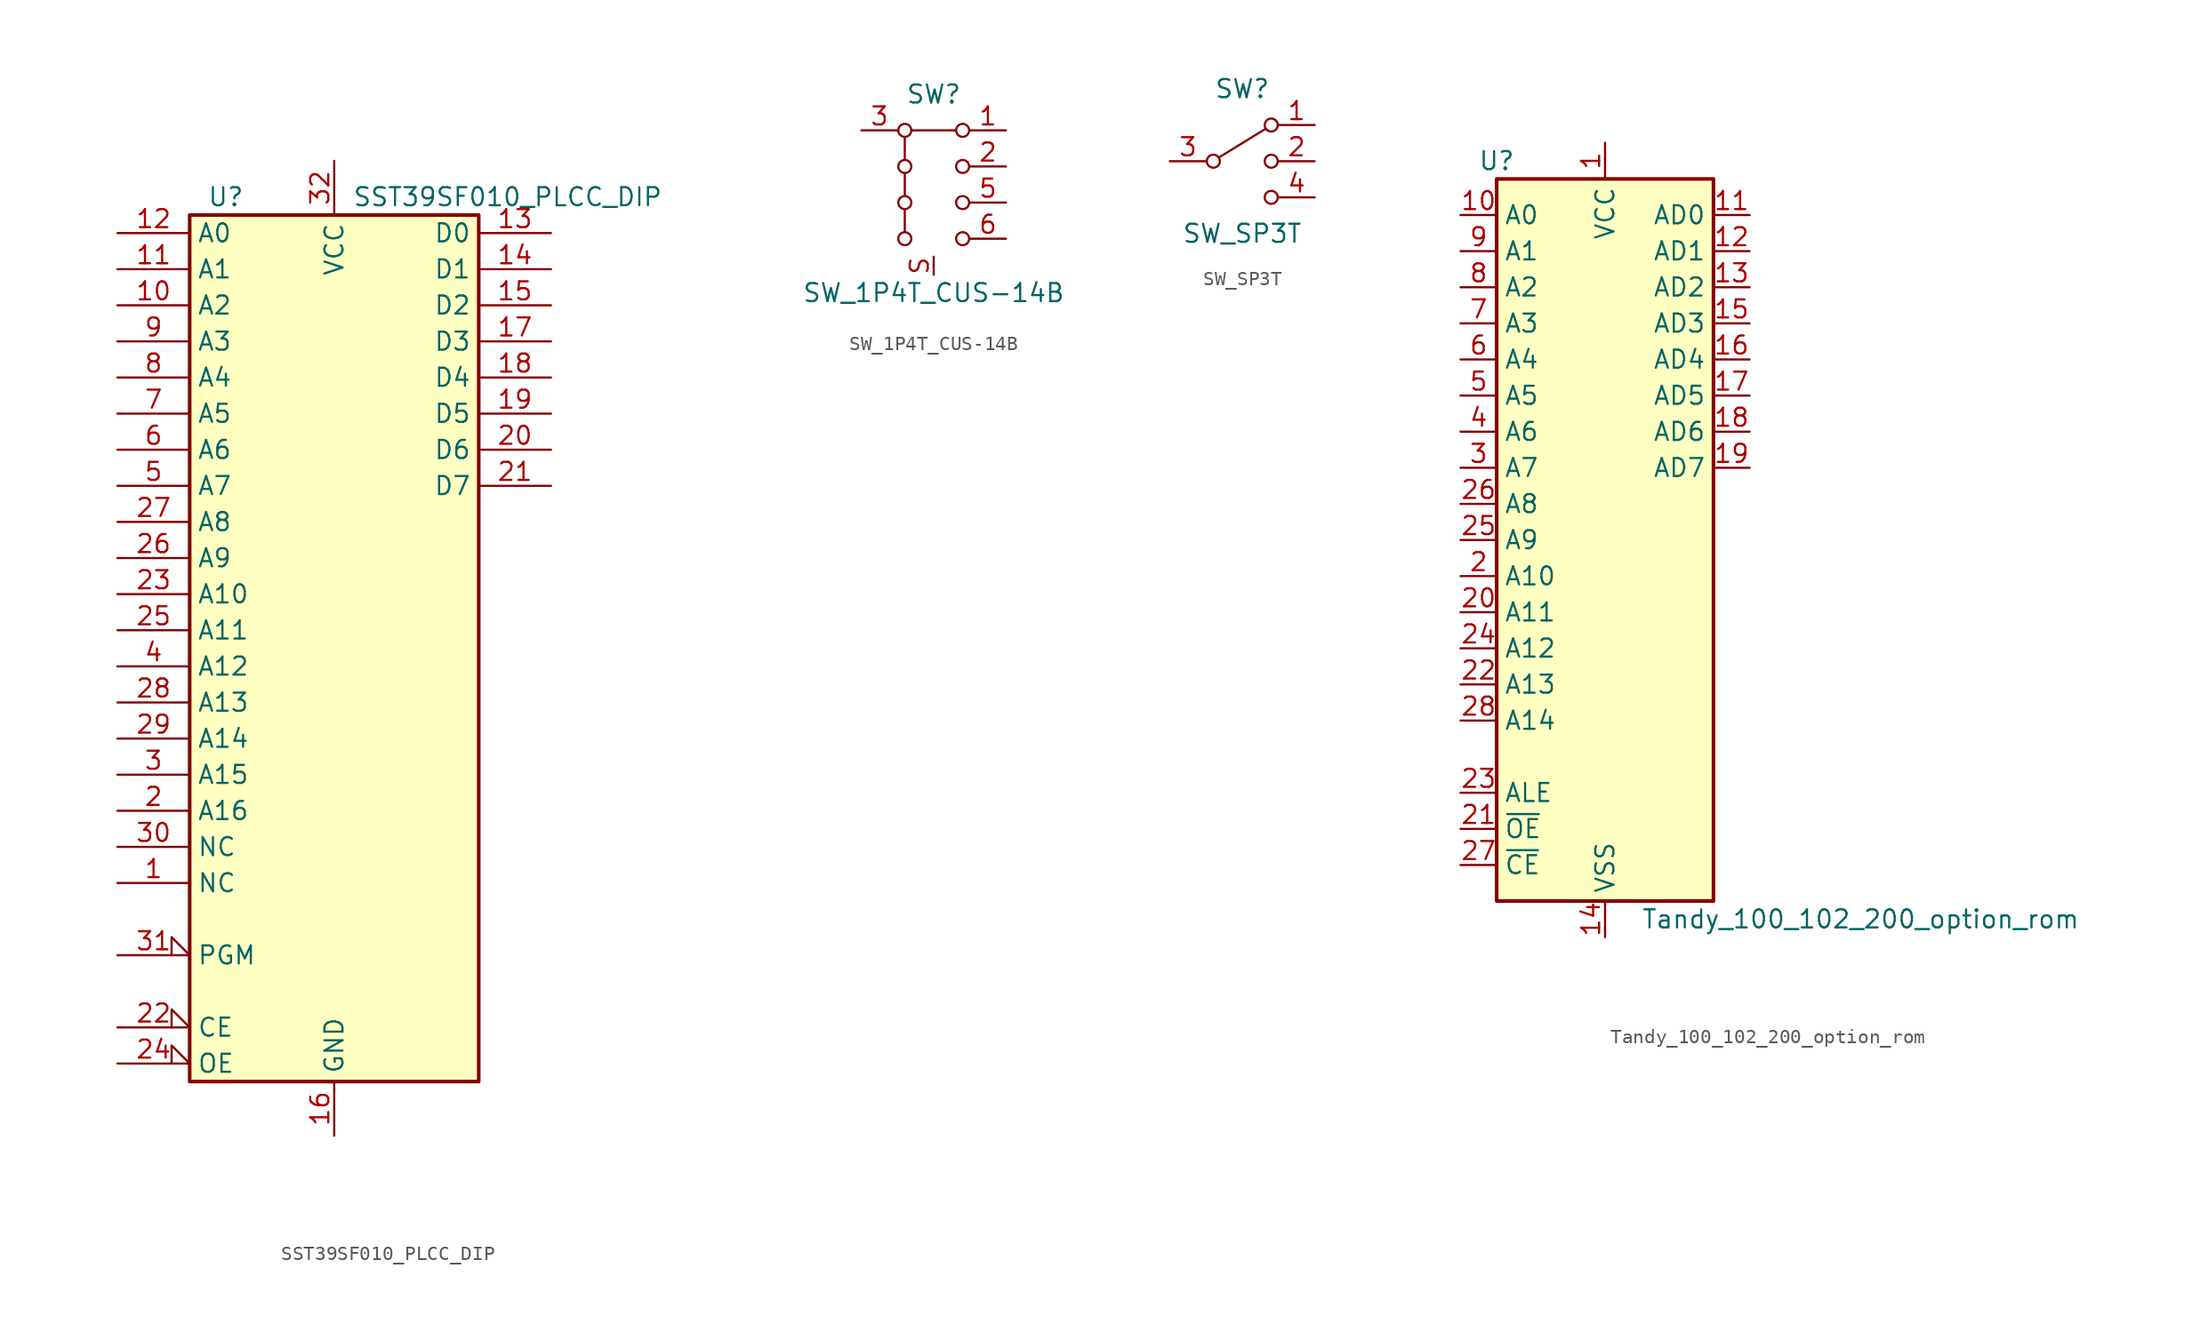
<source format=kicad_sym>
(kicad_symbol_lib
  (version 20220914)
  (generator kicad_symbol_editor)
  (symbol "SST39SF010_PLCC_DIP"
    (property "Reference" "U"
      (at -7.62 33.02 0)
      (effects (font (size 1.27 1.27))))
    (property "Value" "SST39SF010_PLCC_DIP"
      (at 1.27 33.02 0)
      (effects (font (size 1.27 1.27)) (justify left)))
    (symbol "SST39SF010_PLCC_DIP_0_0"
      (pin power_in line (at 0 -33.02 90) (length 3.81) (name "GND" (effects (font (size 1.27 1.27)))) (number "16" (effects (font (size 1.27 1.27)))))
      (pin power_in line (at 0 35.56 270) (length 3.81) (name "VCC" (effects (font (size 1.27 1.27)))) (number "32" (effects (font (size 1.27 1.27))))))
    (symbol "SST39SF010_PLCC_DIP_0_1"
      (rectangle (start -10.16 31.75) (end 10.16 -29.21) (stroke (width 0.254) (type default)) (fill (type background))))
    (symbol "SST39SF010_PLCC_DIP_1_1"
      (pin input line (at -15.24 -15.24 0) (length 5.08) (name "NC" (effects (font (size 1.27 1.27)))) (number "1" (effects (font (size 1.27 1.27)))))
      (pin input line (at -15.24 25.4 0) (length 5.08) (name "A2" (effects (font (size 1.27 1.27)))) (number "10" (effects (font (size 1.27 1.27)))))
      (pin input line (at -15.24 27.94 0) (length 5.08) (name "A1" (effects (font (size 1.27 1.27)))) (number "11" (effects (font (size 1.27 1.27)))))
      (pin input line (at -15.24 30.48 0) (length 5.08) (name "A0" (effects (font (size 1.27 1.27)))) (number "12" (effects (font (size 1.27 1.27)))))
      (pin tri_state line (at 15.24 30.48 180) (length 5.08) (name "D0" (effects (font (size 1.27 1.27)))) (number "13" (effects (font (size 1.27 1.27)))))
      (pin tri_state line (at 15.24 27.94 180) (length 5.08) (name "D1" (effects (font (size 1.27 1.27)))) (number "14" (effects (font (size 1.27 1.27)))))
      (pin tri_state line (at 15.24 25.4 180) (length 5.08) (name "D2" (effects (font (size 1.27 1.27)))) (number "15" (effects (font (size 1.27 1.27)))))
      (pin tri_state line (at 15.24 22.86 180) (length 5.08) (name "D3" (effects (font (size 1.27 1.27)))) (number "17" (effects (font (size 1.27 1.27)))))
      (pin tri_state line (at 15.24 20.32 180) (length 5.08) (name "D4" (effects (font (size 1.27 1.27)))) (number "18" (effects (font (size 1.27 1.27)))))
      (pin tri_state line (at 15.24 17.78 180) (length 5.08) (name "D5" (effects (font (size 1.27 1.27)))) (number "19" (effects (font (size 1.27 1.27)))))
      (pin input line (at -15.24 -10.16 0) (length 5.08) (name "A16" (effects (font (size 1.27 1.27)))) (number "2" (effects (font (size 1.27 1.27)))))
      (pin tri_state line (at 15.24 15.24 180) (length 5.08) (name "D6" (effects (font (size 1.27 1.27)))) (number "20" (effects (font (size 1.27 1.27)))))
      (pin tri_state line (at 15.24 12.7 180) (length 5.08) (name "D7" (effects (font (size 1.27 1.27)))) (number "21" (effects (font (size 1.27 1.27)))))
      (pin input input_low (at -15.24 -25.4 0) (length 5.08) (name "CE" (effects (font (size 1.27 1.27)))) (number "22" (effects (font (size 1.27 1.27)))))
      (pin input line (at -15.24 5.08 0) (length 5.08) (name "A10" (effects (font (size 1.27 1.27)))) (number "23" (effects (font (size 1.27 1.27)))))
      (pin input input_low (at -15.24 -27.94 0) (length 5.08) (name "OE" (effects (font (size 1.27 1.27)))) (number "24" (effects (font (size 1.27 1.27)))))
      (pin input line (at -15.24 2.54 0) (length 5.08) (name "A11" (effects (font (size 1.27 1.27)))) (number "25" (effects (font (size 1.27 1.27)))))
      (pin input line (at -15.24 7.62 0) (length 5.08) (name "A9" (effects (font (size 1.27 1.27)))) (number "26" (effects (font (size 1.27 1.27)))))
      (pin input line (at -15.24 10.16 0) (length 5.08) (name "A8" (effects (font (size 1.27 1.27)))) (number "27" (effects (font (size 1.27 1.27)))))
      (pin input line (at -15.24 -2.54 0) (length 5.08) (name "A13" (effects (font (size 1.27 1.27)))) (number "28" (effects (font (size 1.27 1.27)))))
      (pin input line (at -15.24 -5.08 0) (length 5.08) (name "A14" (effects (font (size 1.27 1.27)))) (number "29" (effects (font (size 1.27 1.27)))))
      (pin input line (at -15.24 -7.62 0) (length 5.08) (name "A15" (effects (font (size 1.27 1.27)))) (number "3" (effects (font (size 1.27 1.27)))))
      (pin input line (at -15.24 -12.7 0) (length 5.08) (name "NC" (effects (font (size 1.27 1.27)))) (number "30" (effects (font (size 1.27 1.27)))))
      (pin input input_low (at -15.24 -20.32 0) (length 5.08) (name "PGM" (effects (font (size 1.27 1.27)))) (number "31" (effects (font (size 1.27 1.27)))))
      (pin input line (at -15.24 0 0) (length 5.08) (name "A12" (effects (font (size 1.27 1.27)))) (number "4" (effects (font (size 1.27 1.27)))))
      (pin input line (at -15.24 12.7 0) (length 5.08) (name "A7" (effects (font (size 1.27 1.27)))) (number "5" (effects (font (size 1.27 1.27)))))
      (pin input line (at -15.24 15.24 0) (length 5.08) (name "A6" (effects (font (size 1.27 1.27)))) (number "6" (effects (font (size 1.27 1.27)))))
      (pin input line (at -15.24 17.78 0) (length 5.08) (name "A5" (effects (font (size 1.27 1.27)))) (number "7" (effects (font (size 1.27 1.27)))))
      (pin input line (at -15.24 20.32 0) (length 5.08) (name "A4" (effects (font (size 1.27 1.27)))) (number "8" (effects (font (size 1.27 1.27)))))
      (pin input line (at -15.24 22.86 0) (length 5.08) (name "A3" (effects (font (size 1.27 1.27)))) (number "9" (effects (font (size 1.27 1.27)))))))
  (symbol "SW_1P4T_CUS-14B"
    (pin_names
      (offset 0) hide)
    (property "Reference" "SW"
      (at 0 6.35 0)
      (effects (font (size 1.27 1.27))))
    (property "Value" "SW_1P4T_CUS-14B"
      (at 0 -7.62 0)
      (effects (font (size 1.27 1.27))))
    (symbol "SW_1P4T_CUS-14B_0_1"
      (circle (center -2.032 -3.81) (radius 0.457) (stroke (width 0) (type default)) (fill (type none)))
      (circle (center -2.032 -1.27) (radius 0.457) (stroke (width 0) (type default)) (fill (type none)))
      (circle (center -2.032 1.27) (radius 0.457) (stroke (width 0) (type default)) (fill (type none)))
      (circle (center -2.032 3.81) (radius 0.457) (stroke (width 0) (type default)) (fill (type none)))
      (polyline (pts (xy -2.032 -1.778) (xy -2.032 -3.302)) (stroke (width 0.152) (type default)) (fill (type none)))
      (polyline (pts (xy -2.032 0.762) (xy -2.032 -0.762)) (stroke (width 0.152) (type default)) (fill (type none)))
      (polyline (pts (xy -2.032 3.302) (xy -2.032 1.778)) (stroke (width 0.152) (type default)) (fill (type none)))
      (polyline (pts (xy -1.524 3.81) (xy 1.524 3.81)) (stroke (width 0.152) (type default)) (fill (type none)))
      (circle (center 2.032 -3.81) (radius 0.457) (stroke (width 0) (type default)) (fill (type none)))
      (circle (center 2.032 -1.27) (radius 0.457) (stroke (width 0) (type default)) (fill (type none)))
      (circle (center 2.032 1.27) (radius 0.457) (stroke (width 0) (type default)) (fill (type none)))
      (circle (center 2.032 3.81) (radius 0.457) (stroke (width 0) (type default)) (fill (type none))))
    (symbol "SW_1P4T_CUS-14B_1_1"
      (pin passive line (at 5.08 3.81 180) (length 2.54) (name "1" (effects (font (size 1.27 1.27)))) (number "1" (effects (font (size 1.27 1.27)))))
      (pin passive line (at 5.08 1.27 180) (length 2.54) (name "2" (effects (font (size 1.27 1.27)))) (number "2" (effects (font (size 1.27 1.27)))))
      (pin passive line (at -5.08 3.81 0) (length 2.54) (name "C" (effects (font (size 1.27 1.27)))) (number "3" (effects (font (size 1.27 1.27)))))
      (pin passive line (at -5.08 3.81 0) (length 2.54) hide (name "C" (effects (font (size 1.27 1.27)))) (number "4" (effects (font (size 1.27 1.27)))))
      (pin passive line (at 5.08 -1.27 180) (length 2.54) (name "5" (effects (font (size 1.27 1.27)))) (number "5" (effects (font (size 1.27 1.27)))))
      (pin passive line (at 5.08 -3.81 180) (length 2.54) (name "6" (effects (font (size 1.27 1.27)))) (number "6" (effects (font (size 1.27 1.27)))))
      (pin passive line (at 0 -6.35 90) (length 1.27) (name "S" (effects (font (size 1.27 1.27)))) (number "S" (effects (font (size 1.27 1.27)))))))
  (symbol "SW_SP3T"
    (pin_names
      (offset 0) hide)
    (property "Reference" "SW"
      (at 0 5.08 0)
      (effects (font (size 1.27 1.27))))
    (property "Value" "SW_SP3T"
      (at 0 -5.08 0)
      (effects (font (size 1.27 1.27))))
    (symbol "SW_SP3T_0_1"
      (circle (center -2.032 0) (radius 0.457) (stroke (width 0) (type default)) (fill (type none)))
      (polyline (pts (xy -1.651 0.254) (xy 1.651 2.286)) (stroke (width 0) (type default)) (fill (type none)))
      (circle (center 2.032 -2.54) (radius 0.457) (stroke (width 0) (type default)) (fill (type none)))
      (circle (center 2.032 0) (radius 0.457) (stroke (width 0) (type default)) (fill (type none)))
      (circle (center 2.032 2.54) (radius 0.457) (stroke (width 0) (type default)) (fill (type none))))
    (symbol "SW_SP3T_1_1"
      (pin passive line (at 5.08 2.54 180) (length 2.54) (name "1" (effects (font (size 1.27 1.27)))) (number "1" (effects (font (size 1.27 1.27)))))
      (pin passive line (at 5.08 0 180) (length 2.54) (name "2" (effects (font (size 1.27 1.27)))) (number "2" (effects (font (size 1.27 1.27)))))
      (pin passive line (at -5.08 0 0) (length 2.54) (name "3" (effects (font (size 1.27 1.27)))) (number "3" (effects (font (size 1.27 1.27)))))
      (pin passive line (at 5.08 -2.54 180) (length 2.54) (name "4" (effects (font (size 1.27 1.27)))) (number "4" (effects (font (size 1.27 1.27)))))))
  (symbol "Tandy_100_102_200_option_rom"
    (property "Reference" "U"
      (at -7.62 26.67 0)
      (effects (font (size 1.27 1.27))))
    (property "Value" "Tandy_100_102_200_option_rom"
      (at 2.54 -26.67 0)
      (effects (font (size 1.27 1.27)) (justify left)))
    (symbol "Tandy_100_102_200_option_rom_1_1"
      (rectangle (start -7.62 25.4) (end 7.62 -25.4) (stroke (width 0.254) (type default)) (fill (type background)))
      (pin power_in line (at 0 27.94 270) (length 2.54) (name "VCC" (effects (font (size 1.27 1.27)))) (number "1" (effects (font (size 1.27 1.27)))))
      (pin input line (at -10.16 22.86 0) (length 2.54) (name "A0" (effects (font (size 1.27 1.27)))) (number "10" (effects (font (size 1.27 1.27)))))
      (pin tri_state line (at 10.16 22.86 180) (length 2.54) (name "AD0" (effects (font (size 1.27 1.27)))) (number "11" (effects (font (size 1.27 1.27)))))
      (pin tri_state line (at 10.16 20.32 180) (length 2.54) (name "AD1" (effects (font (size 1.27 1.27)))) (number "12" (effects (font (size 1.27 1.27)))))
      (pin tri_state line (at 10.16 17.78 180) (length 2.54) (name "AD2" (effects (font (size 1.27 1.27)))) (number "13" (effects (font (size 1.27 1.27)))))
      (pin power_in line (at 0 -27.94 90) (length 2.54) (name "VSS" (effects (font (size 1.27 1.27)))) (number "14" (effects (font (size 1.27 1.27)))))
      (pin tri_state line (at 10.16 15.24 180) (length 2.54) (name "AD3" (effects (font (size 1.27 1.27)))) (number "15" (effects (font (size 1.27 1.27)))))
      (pin tri_state line (at 10.16 12.7 180) (length 2.54) (name "AD4" (effects (font (size 1.27 1.27)))) (number "16" (effects (font (size 1.27 1.27)))))
      (pin tri_state line (at 10.16 10.16 180) (length 2.54) (name "AD5" (effects (font (size 1.27 1.27)))) (number "17" (effects (font (size 1.27 1.27)))))
      (pin tri_state line (at 10.16 7.62 180) (length 2.54) (name "AD6" (effects (font (size 1.27 1.27)))) (number "18" (effects (font (size 1.27 1.27)))))
      (pin tri_state line (at 10.16 5.08 180) (length 2.54) (name "AD7" (effects (font (size 1.27 1.27)))) (number "19" (effects (font (size 1.27 1.27)))))
      (pin input line (at -10.16 -2.54 0) (length 2.54) (name "A10" (effects (font (size 1.27 1.27)))) (number "2" (effects (font (size 1.27 1.27)))))
      (pin input line (at -10.16 -5.08 0) (length 2.54) (name "A11" (effects (font (size 1.27 1.27)))) (number "20" (effects (font (size 1.27 1.27)))))
      (pin input line (at -10.16 -20.32 0) (length 2.54) (name "~{OE}" (effects (font (size 1.27 1.27)))) (number "21" (effects (font (size 1.27 1.27)))))
      (pin input line (at -10.16 -10.16 0) (length 2.54) (name "A13" (effects (font (size 1.27 1.27)))) (number "22" (effects (font (size 1.27 1.27)))))
      (pin input line (at -10.16 -17.78 0) (length 2.54) (name "ALE" (effects (font (size 1.27 1.27)))) (number "23" (effects (font (size 1.27 1.27)))))
      (pin input line (at -10.16 -7.62 0) (length 2.54) (name "A12" (effects (font (size 1.27 1.27)))) (number "24" (effects (font (size 1.27 1.27)))))
      (pin input line (at -10.16 0 0) (length 2.54) (name "A9" (effects (font (size 1.27 1.27)))) (number "25" (effects (font (size 1.27 1.27)))))
      (pin input line (at -10.16 2.54 0) (length 2.54) (name "A8" (effects (font (size 1.27 1.27)))) (number "26" (effects (font (size 1.27 1.27)))))
      (pin input line (at -10.16 -22.86 0) (length 2.54) (name "~{CE}" (effects (font (size 1.27 1.27)))) (number "27" (effects (font (size 1.27 1.27)))))
      (pin input line (at -10.16 -12.7 0) (length 2.54) (name "A14" (effects (font (size 1.27 1.27)))) (number "28" (effects (font (size 1.27 1.27)))))
      (pin input line (at -10.16 5.08 0) (length 2.54) (name "A7" (effects (font (size 1.27 1.27)))) (number "3" (effects (font (size 1.27 1.27)))))
      (pin input line (at -10.16 7.62 0) (length 2.54) (name "A6" (effects (font (size 1.27 1.27)))) (number "4" (effects (font (size 1.27 1.27)))))
      (pin input line (at -10.16 10.16 0) (length 2.54) (name "A5" (effects (font (size 1.27 1.27)))) (number "5" (effects (font (size 1.27 1.27)))))
      (pin input line (at -10.16 12.7 0) (length 2.54) (name "A4" (effects (font (size 1.27 1.27)))) (number "6" (effects (font (size 1.27 1.27)))))
      (pin input line (at -10.16 15.24 0) (length 2.54) (name "A3" (effects (font (size 1.27 1.27)))) (number "7" (effects (font (size 1.27 1.27)))))
      (pin input line (at -10.16 17.78 0) (length 2.54) (name "A2" (effects (font (size 1.27 1.27)))) (number "8" (effects (font (size 1.27 1.27)))))
      (pin input line (at -10.16 20.32 0) (length 2.54) (name "A1" (effects (font (size 1.27 1.27)))) (number "9" (effects (font (size 1.27 1.27))))))))
</source>
